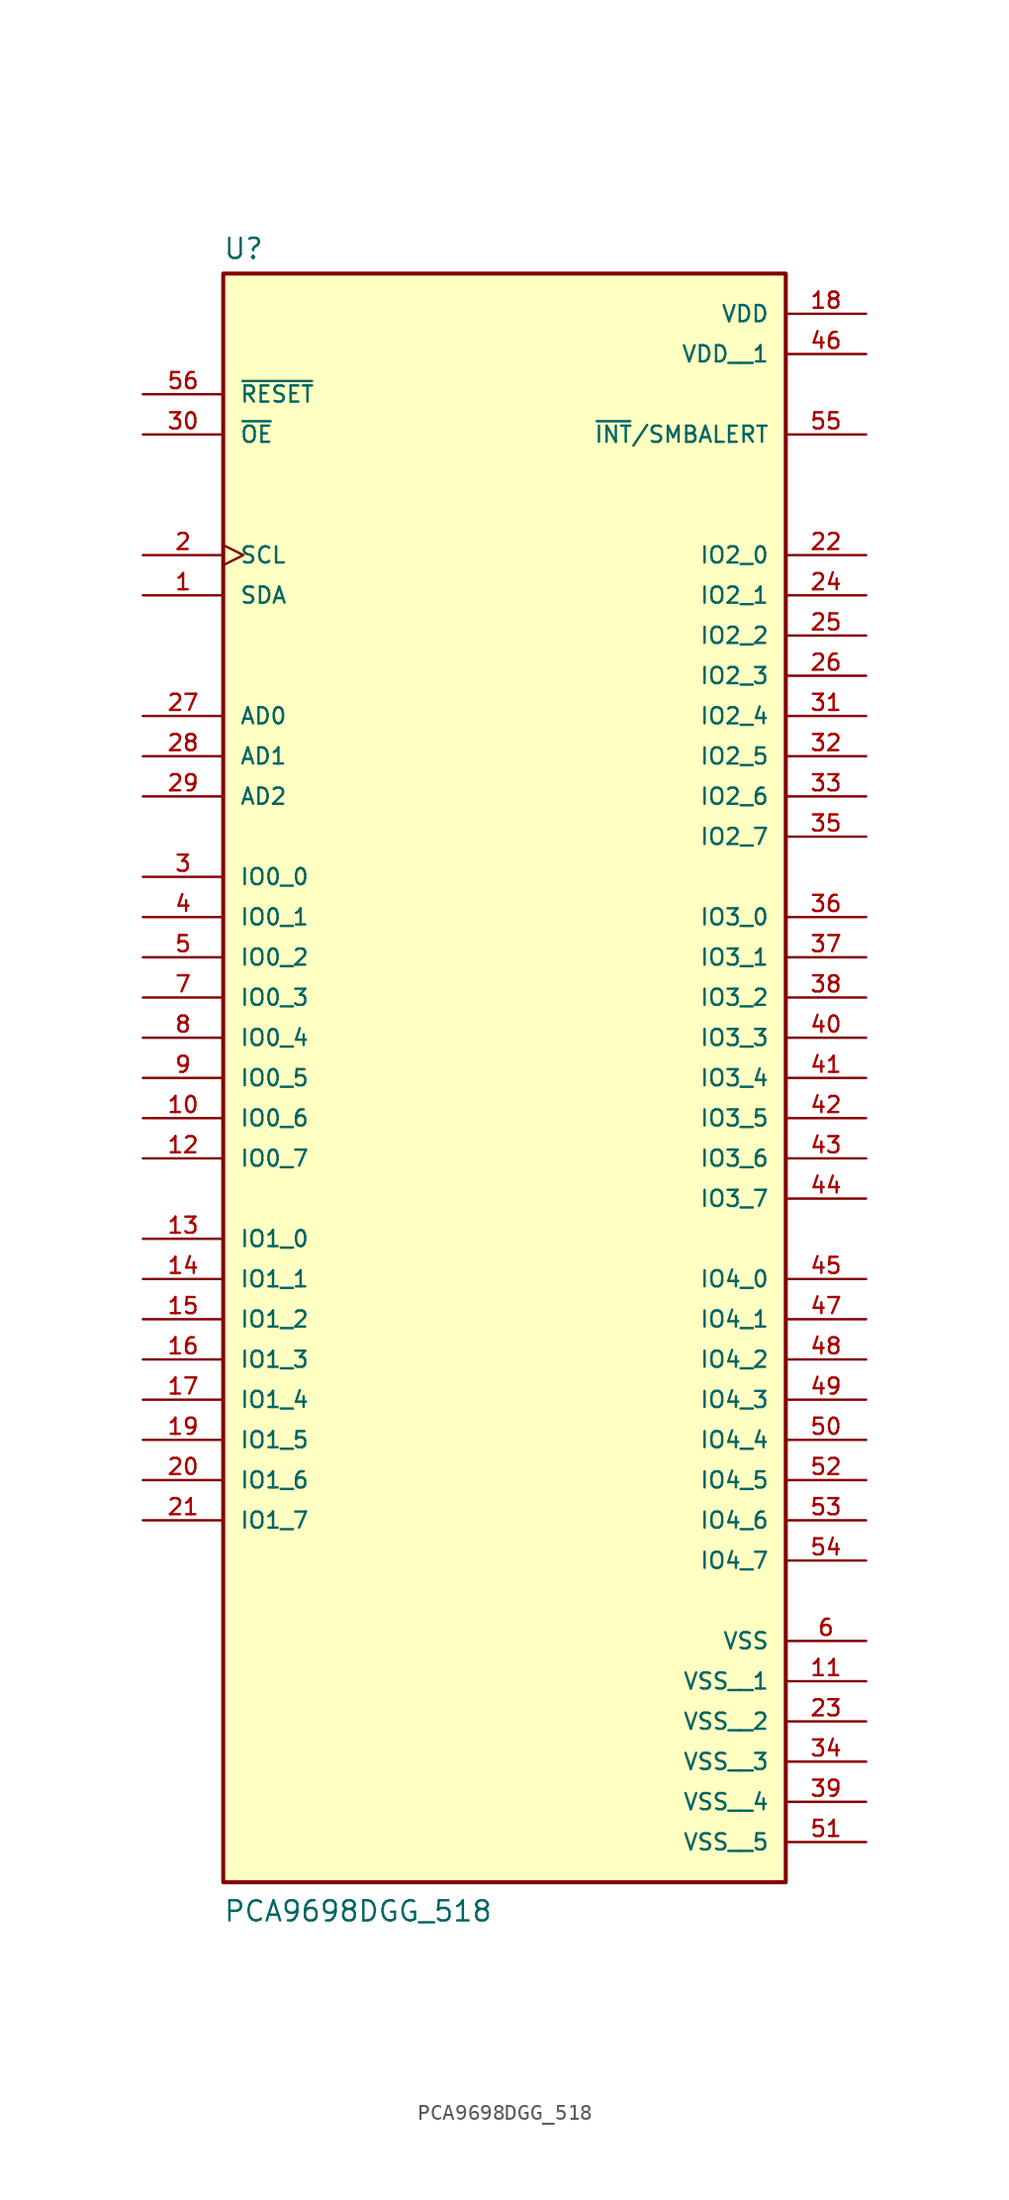
<source format=kicad_sym>
(kicad_symbol_lib
  (version 20231120)
  (generator "kicad_symbol_editor")
  (generator_version "8.0")
  (symbol "PCA9698DGG_518"
    (pin_names
      (offset 1.016))
    (property "Reference" "U"
      (at -17.806 44.006 0)
      (effects (font (size 1.27 1.27)) (justify left bottom)))
    (property "Value" "PCA9698DGG_518"
      (at -17.792 -60.99 0)
      (effects (font (size 1.27 1.27)) (justify left bottom)))
    (symbol "PCA9698DGG_518_0_0"
      (rectangle (start -17.78 -58.42) (end 17.78 43.18) (stroke (width 0.254) (type default)) (fill (type background)))
      (pin bidirectional line (at -22.86 22.86 0) (length 5.08) (name "SDA" (effects (font (size 1.016 1.016)))) (number "1" (effects (font (size 1.016 1.016)))))
      (pin bidirectional line (at -22.86 -10.16 0) (length 5.08) (name "IO0_6" (effects (font (size 1.016 1.016)))) (number "10" (effects (font (size 1.016 1.016)))))
      (pin power_in line (at 22.86 -45.72 180) (length 5.08) (name "VSS__1" (effects (font (size 1.016 1.016)))) (number "11" (effects (font (size 1.016 1.016)))))
      (pin bidirectional line (at -22.86 -12.7 0) (length 5.08) (name "IO0_7" (effects (font (size 1.016 1.016)))) (number "12" (effects (font (size 1.016 1.016)))))
      (pin bidirectional line (at -22.86 -17.78 0) (length 5.08) (name "IO1_0" (effects (font (size 1.016 1.016)))) (number "13" (effects (font (size 1.016 1.016)))))
      (pin bidirectional line (at -22.86 -20.32 0) (length 5.08) (name "IO1_1" (effects (font (size 1.016 1.016)))) (number "14" (effects (font (size 1.016 1.016)))))
      (pin bidirectional line (at -22.86 -22.86 0) (length 5.08) (name "IO1_2" (effects (font (size 1.016 1.016)))) (number "15" (effects (font (size 1.016 1.016)))))
      (pin bidirectional line (at -22.86 -25.4 0) (length 5.08) (name "IO1_3" (effects (font (size 1.016 1.016)))) (number "16" (effects (font (size 1.016 1.016)))))
      (pin bidirectional line (at -22.86 -27.94 0) (length 5.08) (name "IO1_4" (effects (font (size 1.016 1.016)))) (number "17" (effects (font (size 1.016 1.016)))))
      (pin power_in line (at 22.86 40.64 180) (length 5.08) (name "VDD" (effects (font (size 1.016 1.016)))) (number "18" (effects (font (size 1.016 1.016)))))
      (pin bidirectional line (at -22.86 -30.48 0) (length 5.08) (name "IO1_5" (effects (font (size 1.016 1.016)))) (number "19" (effects (font (size 1.016 1.016)))))
      (pin input clock (at -22.86 25.4 0) (length 5.08) (name "SCL" (effects (font (size 1.016 1.016)))) (number "2" (effects (font (size 1.016 1.016)))))
      (pin bidirectional line (at -22.86 -33.02 0) (length 5.08) (name "IO1_6" (effects (font (size 1.016 1.016)))) (number "20" (effects (font (size 1.016 1.016)))))
      (pin bidirectional line (at -22.86 -35.56 0) (length 5.08) (name "IO1_7" (effects (font (size 1.016 1.016)))) (number "21" (effects (font (size 1.016 1.016)))))
      (pin bidirectional line (at 22.86 25.4 180) (length 5.08) (name "IO2_0" (effects (font (size 1.016 1.016)))) (number "22" (effects (font (size 1.016 1.016)))))
      (pin power_in line (at 22.86 -48.26 180) (length 5.08) (name "VSS__2" (effects (font (size 1.016 1.016)))) (number "23" (effects (font (size 1.016 1.016)))))
      (pin bidirectional line (at 22.86 22.86 180) (length 5.08) (name "IO2_1" (effects (font (size 1.016 1.016)))) (number "24" (effects (font (size 1.016 1.016)))))
      (pin bidirectional line (at 22.86 20.32 180) (length 5.08) (name "IO2_2" (effects (font (size 1.016 1.016)))) (number "25" (effects (font (size 1.016 1.016)))))
      (pin bidirectional line (at 22.86 17.78 180) (length 5.08) (name "IO2_3" (effects (font (size 1.016 1.016)))) (number "26" (effects (font (size 1.016 1.016)))))
      (pin input line (at -22.86 15.24 0) (length 5.08) (name "AD0" (effects (font (size 1.016 1.016)))) (number "27" (effects (font (size 1.016 1.016)))))
      (pin input line (at -22.86 12.7 0) (length 5.08) (name "AD1" (effects (font (size 1.016 1.016)))) (number "28" (effects (font (size 1.016 1.016)))))
      (pin input line (at -22.86 10.16 0) (length 5.08) (name "AD2" (effects (font (size 1.016 1.016)))) (number "29" (effects (font (size 1.016 1.016)))))
      (pin bidirectional line (at -22.86 5.08 0) (length 5.08) (name "IO0_0" (effects (font (size 1.016 1.016)))) (number "3" (effects (font (size 1.016 1.016)))))
      (pin input line (at -22.86 33.02 0) (length 5.08) (name "~{OE}" (effects (font (size 1.016 1.016)))) (number "30" (effects (font (size 1.016 1.016)))))
      (pin bidirectional line (at 22.86 15.24 180) (length 5.08) (name "IO2_4" (effects (font (size 1.016 1.016)))) (number "31" (effects (font (size 1.016 1.016)))))
      (pin bidirectional line (at 22.86 12.7 180) (length 5.08) (name "IO2_5" (effects (font (size 1.016 1.016)))) (number "32" (effects (font (size 1.016 1.016)))))
      (pin bidirectional line (at 22.86 10.16 180) (length 5.08) (name "IO2_6" (effects (font (size 1.016 1.016)))) (number "33" (effects (font (size 1.016 1.016)))))
      (pin power_in line (at 22.86 -50.8 180) (length 5.08) (name "VSS__3" (effects (font (size 1.016 1.016)))) (number "34" (effects (font (size 1.016 1.016)))))
      (pin bidirectional line (at 22.86 7.62 180) (length 5.08) (name "IO2_7" (effects (font (size 1.016 1.016)))) (number "35" (effects (font (size 1.016 1.016)))))
      (pin bidirectional line (at 22.86 2.54 180) (length 5.08) (name "IO3_0" (effects (font (size 1.016 1.016)))) (number "36" (effects (font (size 1.016 1.016)))))
      (pin bidirectional line (at 22.86 0 180) (length 5.08) (name "IO3_1" (effects (font (size 1.016 1.016)))) (number "37" (effects (font (size 1.016 1.016)))))
      (pin bidirectional line (at 22.86 -2.54 180) (length 5.08) (name "IO3_2" (effects (font (size 1.016 1.016)))) (number "38" (effects (font (size 1.016 1.016)))))
      (pin power_in line (at 22.86 -53.34 180) (length 5.08) (name "VSS__4" (effects (font (size 1.016 1.016)))) (number "39" (effects (font (size 1.016 1.016)))))
      (pin bidirectional line (at -22.86 2.54 0) (length 5.08) (name "IO0_1" (effects (font (size 1.016 1.016)))) (number "4" (effects (font (size 1.016 1.016)))))
      (pin bidirectional line (at 22.86 -5.08 180) (length 5.08) (name "IO3_3" (effects (font (size 1.016 1.016)))) (number "40" (effects (font (size 1.016 1.016)))))
      (pin bidirectional line (at 22.86 -7.62 180) (length 5.08) (name "IO3_4" (effects (font (size 1.016 1.016)))) (number "41" (effects (font (size 1.016 1.016)))))
      (pin bidirectional line (at 22.86 -10.16 180) (length 5.08) (name "IO3_5" (effects (font (size 1.016 1.016)))) (number "42" (effects (font (size 1.016 1.016)))))
      (pin bidirectional line (at 22.86 -12.7 180) (length 5.08) (name "IO3_6" (effects (font (size 1.016 1.016)))) (number "43" (effects (font (size 1.016 1.016)))))
      (pin bidirectional line (at 22.86 -15.24 180) (length 5.08) (name "IO3_7" (effects (font (size 1.016 1.016)))) (number "44" (effects (font (size 1.016 1.016)))))
      (pin bidirectional line (at 22.86 -20.32 180) (length 5.08) (name "IO4_0" (effects (font (size 1.016 1.016)))) (number "45" (effects (font (size 1.016 1.016)))))
      (pin power_in line (at 22.86 38.1 180) (length 5.08) (name "VDD__1" (effects (font (size 1.016 1.016)))) (number "46" (effects (font (size 1.016 1.016)))))
      (pin bidirectional line (at 22.86 -22.86 180) (length 5.08) (name "IO4_1" (effects (font (size 1.016 1.016)))) (number "47" (effects (font (size 1.016 1.016)))))
      (pin bidirectional line (at 22.86 -25.4 180) (length 5.08) (name "IO4_2" (effects (font (size 1.016 1.016)))) (number "48" (effects (font (size 1.016 1.016)))))
      (pin bidirectional line (at 22.86 -27.94 180) (length 5.08) (name "IO4_3" (effects (font (size 1.016 1.016)))) (number "49" (effects (font (size 1.016 1.016)))))
      (pin bidirectional line (at -22.86 0 0) (length 5.08) (name "IO0_2" (effects (font (size 1.016 1.016)))) (number "5" (effects (font (size 1.016 1.016)))))
      (pin bidirectional line (at 22.86 -30.48 180) (length 5.08) (name "IO4_4" (effects (font (size 1.016 1.016)))) (number "50" (effects (font (size 1.016 1.016)))))
      (pin power_in line (at 22.86 -55.88 180) (length 5.08) (name "VSS__5" (effects (font (size 1.016 1.016)))) (number "51" (effects (font (size 1.016 1.016)))))
      (pin bidirectional line (at 22.86 -33.02 180) (length 5.08) (name "IO4_5" (effects (font (size 1.016 1.016)))) (number "52" (effects (font (size 1.016 1.016)))))
      (pin bidirectional line (at 22.86 -35.56 180) (length 5.08) (name "IO4_6" (effects (font (size 1.016 1.016)))) (number "53" (effects (font (size 1.016 1.016)))))
      (pin bidirectional line (at 22.86 -38.1 180) (length 5.08) (name "IO4_7" (effects (font (size 1.016 1.016)))) (number "54" (effects (font (size 1.016 1.016)))))
      (pin output line (at 22.86 33.02 180) (length 5.08) (name "~{INT}/SMBALERT" (effects (font (size 1.016 1.016)))) (number "55" (effects (font (size 1.016 1.016)))))
      (pin input line (at -22.86 35.56 0) (length 5.08) (name "~{RESET}" (effects (font (size 1.016 1.016)))) (number "56" (effects (font (size 1.016 1.016)))))
      (pin power_in line (at 22.86 -43.18 180) (length 5.08) (name "VSS" (effects (font (size 1.016 1.016)))) (number "6" (effects (font (size 1.016 1.016)))))
      (pin bidirectional line (at -22.86 -2.54 0) (length 5.08) (name "IO0_3" (effects (font (size 1.016 1.016)))) (number "7" (effects (font (size 1.016 1.016)))))
      (pin bidirectional line (at -22.86 -5.08 0) (length 5.08) (name "IO0_4" (effects (font (size 1.016 1.016)))) (number "8" (effects (font (size 1.016 1.016)))))
      (pin bidirectional line (at -22.86 -7.62 0) (length 5.08) (name "IO0_5" (effects (font (size 1.016 1.016)))) (number "9" (effects (font (size 1.016 1.016))))))))
</source>
